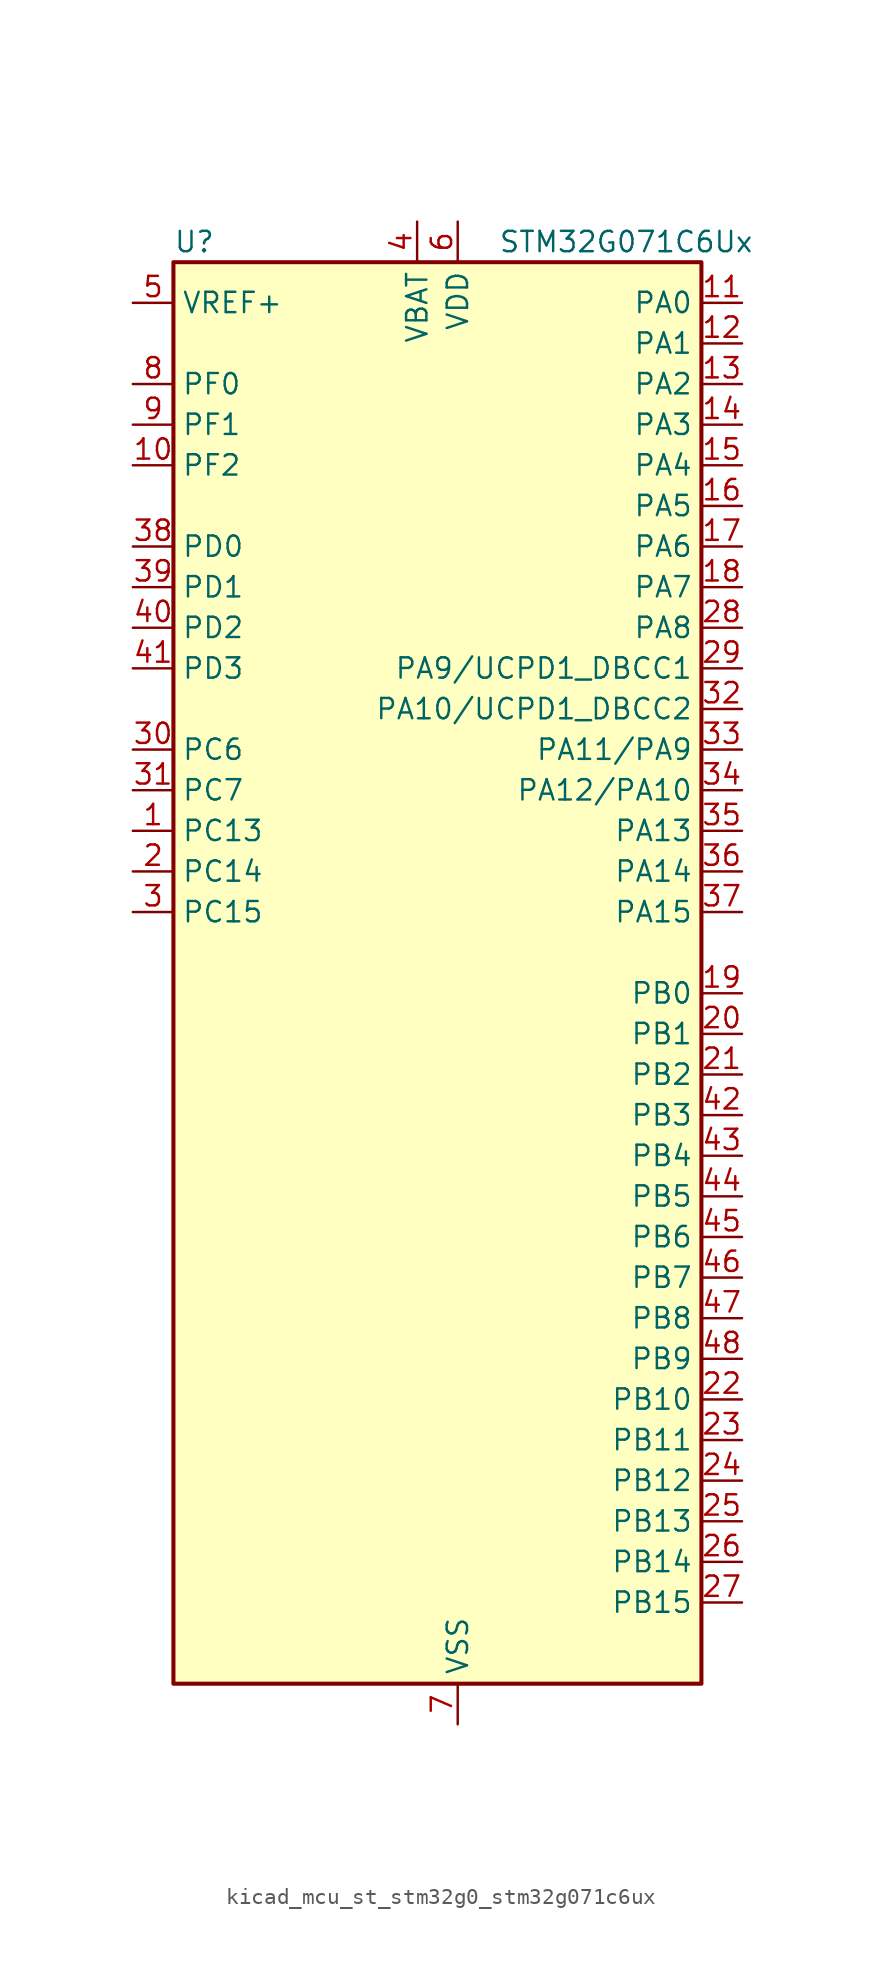
<source format=kicad_sym>
(kicad_symbol_lib
  (version 20220914)
  (generator kicad_symbol_editor)
  (symbol "kicad_mcu_st_stm32g0_stm32g071c6ux"
    (property "Reference" "U"
      (at -15.24 46.99 0)
      (effects (font (size 1.27 1.27)) (justify left)))
    (property "Value" "STM32G071C6Ux"
      (at 5.08 46.99 0)
      (effects (font (size 1.27 1.27)) (justify left)))
    (property "ki_locked" ""
      (at 0 0 0)
      (effects (font (size 1.27 1.27))))
    (symbol "kicad_mcu_st_stm32g0_stm32g071c6ux_0_1"
      (rectangle (start -15.24 -43.18) (end 17.78 45.72) (stroke (width 0.254) (type default)) (fill (type background))))
    (symbol "kicad_mcu_st_stm32g0_stm32g071c6ux_1_1"
      (pin bidirectional line (at -17.78 10.16 0) (length 2.54) (name "PC13" (effects (font (size 1.27 1.27)))) (number "1" (effects (font (size 1.27 1.27)))) (alternate "RTC_OUT_ALARM" bidirectional line) (alternate "RTC_OUT_CALIB" bidirectional line) (alternate "RTC_TAMP_IN1" bidirectional line) (alternate "RTC_TS" bidirectional line) (alternate "SYS_WKUP2" bidirectional line) (alternate "TIM1_BK" bidirectional line))
      (pin bidirectional line (at -17.78 33.02 0) (length 2.54) (name "PF2" (effects (font (size 1.27 1.27)))) (number "10" (effects (font (size 1.27 1.27)))) (alternate "RCC_MCO" bidirectional line))
      (pin bidirectional line (at 20.32 43.18 180) (length 2.54) (name "PA0" (effects (font (size 1.27 1.27)))) (number "11" (effects (font (size 1.27 1.27)))) (alternate "ADC1_IN0" bidirectional line) (alternate "COMP1_INM" bidirectional line) (alternate "COMP1_OUT" bidirectional line) (alternate "LPTIM1_OUT" bidirectional line) (alternate "RTC_TAMP_IN2" bidirectional line) (alternate "SPI2_SCK" bidirectional line) (alternate "SYS_WKUP1" bidirectional line) (alternate "TIM2_CH1" bidirectional line) (alternate "TIM2_ETR" bidirectional line) (alternate "UCPD2_FRSTX1" bidirectional line) (alternate "UCPD2_FRSTX2" bidirectional line) (alternate "USART2_CTS" bidirectional line) (alternate "USART2_NSS" bidirectional line) (alternate "USART4_TX" bidirectional line))
      (pin bidirectional line (at 20.32 40.64 180) (length 2.54) (name "PA1" (effects (font (size 1.27 1.27)))) (number "12" (effects (font (size 1.27 1.27)))) (alternate "ADC1_IN1" bidirectional line) (alternate "COMP1_INP" bidirectional line) (alternate "I2C1_SMBA" bidirectional line) (alternate "I2S1_CK" bidirectional line) (alternate "SPI1_SCK" bidirectional line) (alternate "TIM15_CH1N" bidirectional line) (alternate "TIM2_CH2" bidirectional line) (alternate "USART2_CK" bidirectional line) (alternate "USART2_DE" bidirectional line) (alternate "USART2_RTS" bidirectional line) (alternate "USART4_RX" bidirectional line))
      (pin bidirectional line (at 20.32 38.1 180) (length 2.54) (name "PA2" (effects (font (size 1.27 1.27)))) (number "13" (effects (font (size 1.27 1.27)))) (alternate "ADC1_IN2" bidirectional line) (alternate "COMP2_INM" bidirectional line) (alternate "COMP2_OUT" bidirectional line) (alternate "I2S1_SD" bidirectional line) (alternate "LPUART1_TX" bidirectional line) (alternate "RCC_LSCO" bidirectional line) (alternate "SPI1_MOSI" bidirectional line) (alternate "SYS_WKUP4" bidirectional line) (alternate "TIM15_CH1" bidirectional line) (alternate "TIM2_CH3" bidirectional line) (alternate "UCPD1_FRSTX1" bidirectional line) (alternate "UCPD1_FRSTX2" bidirectional line) (alternate "USART2_TX" bidirectional line))
      (pin bidirectional line (at 20.32 35.56 180) (length 2.54) (name "PA3" (effects (font (size 1.27 1.27)))) (number "14" (effects (font (size 1.27 1.27)))) (alternate "ADC1_IN3" bidirectional line) (alternate "COMP2_INP" bidirectional line) (alternate "LPUART1_RX" bidirectional line) (alternate "SPI2_MISO" bidirectional line) (alternate "TIM15_CH2" bidirectional line) (alternate "TIM2_CH4" bidirectional line) (alternate "UCPD2_FRSTX1" bidirectional line) (alternate "UCPD2_FRSTX2" bidirectional line) (alternate "USART2_RX" bidirectional line))
      (pin bidirectional line (at 20.32 33.02 180) (length 2.54) (name "PA4" (effects (font (size 1.27 1.27)))) (number "15" (effects (font (size 1.27 1.27)))) (alternate "ADC1_IN4" bidirectional line) (alternate "DAC1_OUT1" bidirectional line) (alternate "I2S1_WS" bidirectional line) (alternate "LPTIM2_OUT" bidirectional line) (alternate "RTC_OUT_ALARM" bidirectional line) (alternate "RTC_OUT_CALIB" bidirectional line) (alternate "SPI1_NSS" bidirectional line) (alternate "SPI2_MOSI" bidirectional line) (alternate "TIM14_CH1" bidirectional line) (alternate "UCPD2_FRSTX1" bidirectional line) (alternate "UCPD2_FRSTX2" bidirectional line))
      (pin bidirectional line (at 20.32 30.48 180) (length 2.54) (name "PA5" (effects (font (size 1.27 1.27)))) (number "16" (effects (font (size 1.27 1.27)))) (alternate "ADC1_IN5" bidirectional line) (alternate "CEC" bidirectional line) (alternate "DAC1_OUT2" bidirectional line) (alternate "I2S1_CK" bidirectional line) (alternate "LPTIM2_ETR" bidirectional line) (alternate "SPI1_SCK" bidirectional line) (alternate "TIM2_CH1" bidirectional line) (alternate "TIM2_ETR" bidirectional line) (alternate "UCPD1_FRSTX1" bidirectional line) (alternate "UCPD1_FRSTX2" bidirectional line) (alternate "USART3_TX" bidirectional line))
      (pin bidirectional line (at 20.32 27.94 180) (length 2.54) (name "PA6" (effects (font (size 1.27 1.27)))) (number "17" (effects (font (size 1.27 1.27)))) (alternate "ADC1_IN6" bidirectional line) (alternate "COMP1_OUT" bidirectional line) (alternate "I2S1_MCK" bidirectional line) (alternate "LPUART1_CTS" bidirectional line) (alternate "SPI1_MISO" bidirectional line) (alternate "TIM16_CH1" bidirectional line) (alternate "TIM1_BK" bidirectional line) (alternate "TIM3_CH1" bidirectional line) (alternate "USART3_CTS" bidirectional line) (alternate "USART3_NSS" bidirectional line))
      (pin bidirectional line (at 20.32 25.4 180) (length 2.54) (name "PA7" (effects (font (size 1.27 1.27)))) (number "18" (effects (font (size 1.27 1.27)))) (alternate "ADC1_IN7" bidirectional line) (alternate "COMP2_OUT" bidirectional line) (alternate "I2S1_SD" bidirectional line) (alternate "SPI1_MOSI" bidirectional line) (alternate "TIM14_CH1" bidirectional line) (alternate "TIM17_CH1" bidirectional line) (alternate "TIM1_CH1N" bidirectional line) (alternate "TIM3_CH2" bidirectional line) (alternate "UCPD1_FRSTX1" bidirectional line) (alternate "UCPD1_FRSTX2" bidirectional line))
      (pin bidirectional line (at 20.32 0 180) (length 2.54) (name "PB0" (effects (font (size 1.27 1.27)))) (number "19" (effects (font (size 1.27 1.27)))) (alternate "ADC1_IN8" bidirectional line) (alternate "COMP1_OUT" bidirectional line) (alternate "I2S1_WS" bidirectional line) (alternate "LPTIM1_OUT" bidirectional line) (alternate "SPI1_NSS" bidirectional line) (alternate "TIM1_CH2N" bidirectional line) (alternate "TIM3_CH3" bidirectional line) (alternate "UCPD1_FRSTX1" bidirectional line) (alternate "UCPD1_FRSTX2" bidirectional line) (alternate "USART3_RX" bidirectional line))
      (pin bidirectional line (at -17.78 7.62 0) (length 2.54) (name "PC14" (effects (font (size 1.27 1.27)))) (number "2" (effects (font (size 1.27 1.27)))) (alternate "RCC_OSC32_IN" bidirectional line) (alternate "TIM1_BK2" bidirectional line))
      (pin bidirectional line (at 20.32 -2.54 180) (length 2.54) (name "PB1" (effects (font (size 1.27 1.27)))) (number "20" (effects (font (size 1.27 1.27)))) (alternate "ADC1_IN9" bidirectional line) (alternate "COMP1_INM" bidirectional line) (alternate "LPTIM2_IN1" bidirectional line) (alternate "LPUART1_DE" bidirectional line) (alternate "LPUART1_RTS" bidirectional line) (alternate "TIM14_CH1" bidirectional line) (alternate "TIM1_CH3N" bidirectional line) (alternate "TIM3_CH4" bidirectional line) (alternate "USART3_CK" bidirectional line) (alternate "USART3_DE" bidirectional line) (alternate "USART3_RTS" bidirectional line))
      (pin bidirectional line (at 20.32 -5.08 180) (length 2.54) (name "PB2" (effects (font (size 1.27 1.27)))) (number "21" (effects (font (size 1.27 1.27)))) (alternate "ADC1_IN10" bidirectional line) (alternate "COMP1_INP" bidirectional line) (alternate "LPTIM1_OUT" bidirectional line) (alternate "SPI2_MISO" bidirectional line) (alternate "USART3_TX" bidirectional line))
      (pin bidirectional line (at 20.32 -25.4 180) (length 2.54) (name "PB10" (effects (font (size 1.27 1.27)))) (number "22" (effects (font (size 1.27 1.27)))) (alternate "ADC1_IN11" bidirectional line) (alternate "CEC" bidirectional line) (alternate "COMP1_OUT" bidirectional line) (alternate "I2C2_SCL" bidirectional line) (alternate "LPUART1_RX" bidirectional line) (alternate "SPI2_SCK" bidirectional line) (alternate "TIM2_CH3" bidirectional line) (alternate "USART3_TX" bidirectional line))
      (pin bidirectional line (at 20.32 -27.94 180) (length 2.54) (name "PB11" (effects (font (size 1.27 1.27)))) (number "23" (effects (font (size 1.27 1.27)))) (alternate "ADC1_EXTI11" bidirectional line) (alternate "ADC1_IN15" bidirectional line) (alternate "COMP2_OUT" bidirectional line) (alternate "I2C2_SDA" bidirectional line) (alternate "LPUART1_TX" bidirectional line) (alternate "SPI2_MOSI" bidirectional line) (alternate "TIM2_CH4" bidirectional line) (alternate "USART3_RX" bidirectional line))
      (pin bidirectional line (at 20.32 -30.48 180) (length 2.54) (name "PB12" (effects (font (size 1.27 1.27)))) (number "24" (effects (font (size 1.27 1.27)))) (alternate "ADC1_IN16" bidirectional line) (alternate "LPUART1_DE" bidirectional line) (alternate "LPUART1_RTS" bidirectional line) (alternate "SPI2_NSS" bidirectional line) (alternate "TIM15_BK" bidirectional line) (alternate "TIM1_BK" bidirectional line) (alternate "UCPD2_FRSTX1" bidirectional line) (alternate "UCPD2_FRSTX2" bidirectional line))
      (pin bidirectional line (at 20.32 -33.02 180) (length 2.54) (name "PB13" (effects (font (size 1.27 1.27)))) (number "25" (effects (font (size 1.27 1.27)))) (alternate "I2C2_SCL" bidirectional line) (alternate "LPUART1_CTS" bidirectional line) (alternate "SPI2_SCK" bidirectional line) (alternate "TIM15_CH1N" bidirectional line) (alternate "TIM1_CH1N" bidirectional line) (alternate "USART3_CTS" bidirectional line) (alternate "USART3_NSS" bidirectional line))
      (pin bidirectional line (at 20.32 -35.56 180) (length 2.54) (name "PB14" (effects (font (size 1.27 1.27)))) (number "26" (effects (font (size 1.27 1.27)))) (alternate "I2C2_SDA" bidirectional line) (alternate "SPI2_MISO" bidirectional line) (alternate "TIM15_CH1" bidirectional line) (alternate "TIM1_CH2N" bidirectional line) (alternate "UCPD1_FRSTX1" bidirectional line) (alternate "UCPD1_FRSTX2" bidirectional line) (alternate "USART3_CK" bidirectional line) (alternate "USART3_DE" bidirectional line) (alternate "USART3_RTS" bidirectional line))
      (pin bidirectional line (at 20.32 -38.1 180) (length 2.54) (name "PB15" (effects (font (size 1.27 1.27)))) (number "27" (effects (font (size 1.27 1.27)))) (alternate "RTC_REFIN" bidirectional line) (alternate "SPI2_MOSI" bidirectional line) (alternate "TIM15_CH1N" bidirectional line) (alternate "TIM15_CH2" bidirectional line) (alternate "TIM1_CH3N" bidirectional line) (alternate "UCPD1_CC2" bidirectional line))
      (pin bidirectional line (at 20.32 22.86 180) (length 2.54) (name "PA8" (effects (font (size 1.27 1.27)))) (number "28" (effects (font (size 1.27 1.27)))) (alternate "LPTIM2_OUT" bidirectional line) (alternate "RCC_MCO" bidirectional line) (alternate "SPI2_NSS" bidirectional line) (alternate "TIM1_CH1" bidirectional line) (alternate "UCPD1_CC1" bidirectional line))
      (pin bidirectional line (at 20.32 20.32 180) (length 2.54) (name "PA9/UCPD1_DBCC1" (effects (font (size 1.27 1.27)))) (number "29" (effects (font (size 1.27 1.27)))) (alternate "DAC1_EXTI9" bidirectional line) (alternate "I2C1_SCL" bidirectional line) (alternate "RCC_MCO" bidirectional line) (alternate "SPI2_MISO" bidirectional line) (alternate "TIM15_BK" bidirectional line) (alternate "TIM1_CH2" bidirectional line) (alternate "UCPD1_DBCC1" bidirectional line) (alternate "USART1_TX" bidirectional line))
      (pin bidirectional line (at -17.78 5.08 0) (length 2.54) (name "PC15" (effects (font (size 1.27 1.27)))) (number "3" (effects (font (size 1.27 1.27)))) (alternate "RCC_OSC32_EN" bidirectional line) (alternate "RCC_OSC32_OUT" bidirectional line) (alternate "RCC_OSC_EN" bidirectional line) (alternate "TIM15_BK" bidirectional line))
      (pin bidirectional line (at -17.78 15.24 0) (length 2.54) (name "PC6" (effects (font (size 1.27 1.27)))) (number "30" (effects (font (size 1.27 1.27)))) (alternate "TIM2_CH3" bidirectional line) (alternate "TIM3_CH1" bidirectional line) (alternate "UCPD1_FRSTX1" bidirectional line) (alternate "UCPD1_FRSTX2" bidirectional line))
      (pin bidirectional line (at -17.78 12.7 0) (length 2.54) (name "PC7" (effects (font (size 1.27 1.27)))) (number "31" (effects (font (size 1.27 1.27)))) (alternate "TIM2_CH4" bidirectional line) (alternate "TIM3_CH2" bidirectional line) (alternate "UCPD2_FRSTX1" bidirectional line) (alternate "UCPD2_FRSTX2" bidirectional line))
      (pin bidirectional line (at 20.32 17.78 180) (length 2.54) (name "PA10/UCPD1_DBCC2" (effects (font (size 1.27 1.27)))) (number "32" (effects (font (size 1.27 1.27)))) (alternate "I2C1_SDA" bidirectional line) (alternate "SPI2_MOSI" bidirectional line) (alternate "TIM17_BK" bidirectional line) (alternate "TIM1_CH3" bidirectional line) (alternate "UCPD1_DBCC2" bidirectional line) (alternate "USART1_RX" bidirectional line))
      (pin bidirectional line (at 20.32 15.24 180) (length 2.54) (name "PA11/PA9" (effects (font (size 1.27 1.27)))) (number "33" (effects (font (size 1.27 1.27)))) (alternate "ADC1_EXTI11" bidirectional line) (alternate "COMP1_OUT" bidirectional line) (alternate "I2C2_SCL" bidirectional line) (alternate "I2S1_MCK" bidirectional line) (alternate "SPI1_MISO" bidirectional line) (alternate "TIM1_BK2" bidirectional line) (alternate "TIM1_CH4" bidirectional line) (alternate "USART1_CTS" bidirectional line) (alternate "USART1_NSS" bidirectional line))
      (pin bidirectional line (at 20.32 12.7 180) (length 2.54) (name "PA12/PA10" (effects (font (size 1.27 1.27)))) (number "34" (effects (font (size 1.27 1.27)))) (alternate "COMP2_OUT" bidirectional line) (alternate "I2C2_SDA" bidirectional line) (alternate "I2S1_SD" bidirectional line) (alternate "I2S_CKIN" bidirectional line) (alternate "SPI1_MOSI" bidirectional line) (alternate "TIM1_ETR" bidirectional line) (alternate "USART1_CK" bidirectional line) (alternate "USART1_DE" bidirectional line) (alternate "USART1_RTS" bidirectional line))
      (pin bidirectional line (at 20.32 10.16 180) (length 2.54) (name "PA13" (effects (font (size 1.27 1.27)))) (number "35" (effects (font (size 1.27 1.27)))) (alternate "IR_OUT" bidirectional line) (alternate "SYS_SWDIO" bidirectional line))
      (pin bidirectional line (at 20.32 7.62 180) (length 2.54) (name "PA14" (effects (font (size 1.27 1.27)))) (number "36" (effects (font (size 1.27 1.27)))) (alternate "SYS_SWCLK" bidirectional line) (alternate "USART2_TX" bidirectional line))
      (pin bidirectional line (at 20.32 5.08 180) (length 2.54) (name "PA15" (effects (font (size 1.27 1.27)))) (number "37" (effects (font (size 1.27 1.27)))) (alternate "I2S1_WS" bidirectional line) (alternate "SPI1_NSS" bidirectional line) (alternate "TIM2_CH1" bidirectional line) (alternate "TIM2_ETR" bidirectional line) (alternate "USART2_RX" bidirectional line) (alternate "USART3_CK" bidirectional line) (alternate "USART3_DE" bidirectional line) (alternate "USART3_RTS" bidirectional line) (alternate "USART4_CK" bidirectional line) (alternate "USART4_DE" bidirectional line) (alternate "USART4_RTS" bidirectional line))
      (pin bidirectional line (at -17.78 27.94 0) (length 2.54) (name "PD0" (effects (font (size 1.27 1.27)))) (number "38" (effects (font (size 1.27 1.27)))) (alternate "SPI2_NSS" bidirectional line) (alternate "TIM16_CH1" bidirectional line) (alternate "UCPD2_CC1" bidirectional line))
      (pin bidirectional line (at -17.78 25.4 0) (length 2.54) (name "PD1" (effects (font (size 1.27 1.27)))) (number "39" (effects (font (size 1.27 1.27)))) (alternate "SPI2_SCK" bidirectional line) (alternate "TIM17_CH1" bidirectional line) (alternate "UCPD2_DBCC1" bidirectional line))
      (pin power_in line (at 0 48.26 270) (length 2.54) (name "VBAT" (effects (font (size 1.27 1.27)))) (number "4" (effects (font (size 1.27 1.27)))))
      (pin bidirectional line (at -17.78 22.86 0) (length 2.54) (name "PD2" (effects (font (size 1.27 1.27)))) (number "40" (effects (font (size 1.27 1.27)))) (alternate "TIM1_CH1N" bidirectional line) (alternate "TIM3_ETR" bidirectional line) (alternate "UCPD2_CC2" bidirectional line) (alternate "USART3_CK" bidirectional line) (alternate "USART3_DE" bidirectional line) (alternate "USART3_RTS" bidirectional line))
      (pin bidirectional line (at -17.78 20.32 0) (length 2.54) (name "PD3" (effects (font (size 1.27 1.27)))) (number "41" (effects (font (size 1.27 1.27)))) (alternate "SPI2_MISO" bidirectional line) (alternate "TIM1_CH2N" bidirectional line) (alternate "UCPD2_DBCC2" bidirectional line) (alternate "USART2_CTS" bidirectional line) (alternate "USART2_NSS" bidirectional line))
      (pin bidirectional line (at 20.32 -7.62 180) (length 2.54) (name "PB3" (effects (font (size 1.27 1.27)))) (number "42" (effects (font (size 1.27 1.27)))) (alternate "COMP2_INM" bidirectional line) (alternate "I2S1_CK" bidirectional line) (alternate "SPI1_SCK" bidirectional line) (alternate "TIM1_CH2" bidirectional line) (alternate "TIM2_CH2" bidirectional line) (alternate "USART1_CK" bidirectional line) (alternate "USART1_DE" bidirectional line) (alternate "USART1_RTS" bidirectional line))
      (pin bidirectional line (at 20.32 -10.16 180) (length 2.54) (name "PB4" (effects (font (size 1.27 1.27)))) (number "43" (effects (font (size 1.27 1.27)))) (alternate "COMP2_INP" bidirectional line) (alternate "I2S1_MCK" bidirectional line) (alternate "SPI1_MISO" bidirectional line) (alternate "TIM17_BK" bidirectional line) (alternate "TIM3_CH1" bidirectional line) (alternate "USART1_CTS" bidirectional line) (alternate "USART1_NSS" bidirectional line))
      (pin bidirectional line (at 20.32 -12.7 180) (length 2.54) (name "PB5" (effects (font (size 1.27 1.27)))) (number "44" (effects (font (size 1.27 1.27)))) (alternate "COMP2_OUT" bidirectional line) (alternate "I2C1_SMBA" bidirectional line) (alternate "I2S1_SD" bidirectional line) (alternate "LPTIM1_IN1" bidirectional line) (alternate "SPI1_MOSI" bidirectional line) (alternate "SYS_WKUP6" bidirectional line) (alternate "TIM16_BK" bidirectional line) (alternate "TIM3_CH2" bidirectional line))
      (pin bidirectional line (at 20.32 -15.24 180) (length 2.54) (name "PB6" (effects (font (size 1.27 1.27)))) (number "45" (effects (font (size 1.27 1.27)))) (alternate "COMP2_INP" bidirectional line) (alternate "I2C1_SCL" bidirectional line) (alternate "LPTIM1_ETR" bidirectional line) (alternate "SPI2_MISO" bidirectional line) (alternate "TIM16_CH1N" bidirectional line) (alternate "TIM1_CH3" bidirectional line) (alternate "USART1_TX" bidirectional line))
      (pin bidirectional line (at 20.32 -17.78 180) (length 2.54) (name "PB7" (effects (font (size 1.27 1.27)))) (number "46" (effects (font (size 1.27 1.27)))) (alternate "COMP2_INM" bidirectional line) (alternate "I2C1_SDA" bidirectional line) (alternate "LPTIM1_IN2" bidirectional line) (alternate "SPI2_MOSI" bidirectional line) (alternate "SYS_PVD_IN" bidirectional line) (alternate "TIM17_CH1N" bidirectional line) (alternate "USART1_RX" bidirectional line) (alternate "USART4_CTS" bidirectional line) (alternate "USART4_NSS" bidirectional line))
      (pin bidirectional line (at 20.32 -20.32 180) (length 2.54) (name "PB8" (effects (font (size 1.27 1.27)))) (number "47" (effects (font (size 1.27 1.27)))) (alternate "CEC" bidirectional line) (alternate "I2C1_SCL" bidirectional line) (alternate "SPI2_SCK" bidirectional line) (alternate "TIM15_BK" bidirectional line) (alternate "TIM16_CH1" bidirectional line) (alternate "USART3_TX" bidirectional line))
      (pin bidirectional line (at 20.32 -22.86 180) (length 2.54) (name "PB9" (effects (font (size 1.27 1.27)))) (number "48" (effects (font (size 1.27 1.27)))) (alternate "DAC1_EXTI9" bidirectional line) (alternate "I2C1_SDA" bidirectional line) (alternate "IR_OUT" bidirectional line) (alternate "SPI2_NSS" bidirectional line) (alternate "TIM17_CH1" bidirectional line) (alternate "UCPD2_FRSTX1" bidirectional line) (alternate "UCPD2_FRSTX2" bidirectional line) (alternate "USART3_RX" bidirectional line))
      (pin passive line (at 2.54 -45.72 90) (length 2.54) hide (name "VSS" (effects (font (size 1.27 1.27)))) (number "49" (effects (font (size 1.27 1.27)))))
      (pin input line (at -17.78 43.18 0) (length 2.54) (name "VREF+" (effects (font (size 1.27 1.27)))) (number "5" (effects (font (size 1.27 1.27)))) (alternate "VREFBUF_OUT" bidirectional line))
      (pin power_in line (at 2.54 48.26 270) (length 2.54) (name "VDD" (effects (font (size 1.27 1.27)))) (number "6" (effects (font (size 1.27 1.27)))))
      (pin power_in line (at 2.54 -45.72 90) (length 2.54) (name "VSS" (effects (font (size 1.27 1.27)))) (number "7" (effects (font (size 1.27 1.27)))))
      (pin bidirectional line (at -17.78 38.1 0) (length 2.54) (name "PF0" (effects (font (size 1.27 1.27)))) (number "8" (effects (font (size 1.27 1.27)))) (alternate "RCC_OSC_IN" bidirectional line) (alternate "TIM14_CH1" bidirectional line))
      (pin bidirectional line (at -17.78 35.56 0) (length 2.54) (name "PF1" (effects (font (size 1.27 1.27)))) (number "9" (effects (font (size 1.27 1.27)))) (alternate "RCC_OSC_EN" bidirectional line) (alternate "RCC_OSC_OUT" bidirectional line) (alternate "TIM15_CH1N" bidirectional line)))))
</source>
